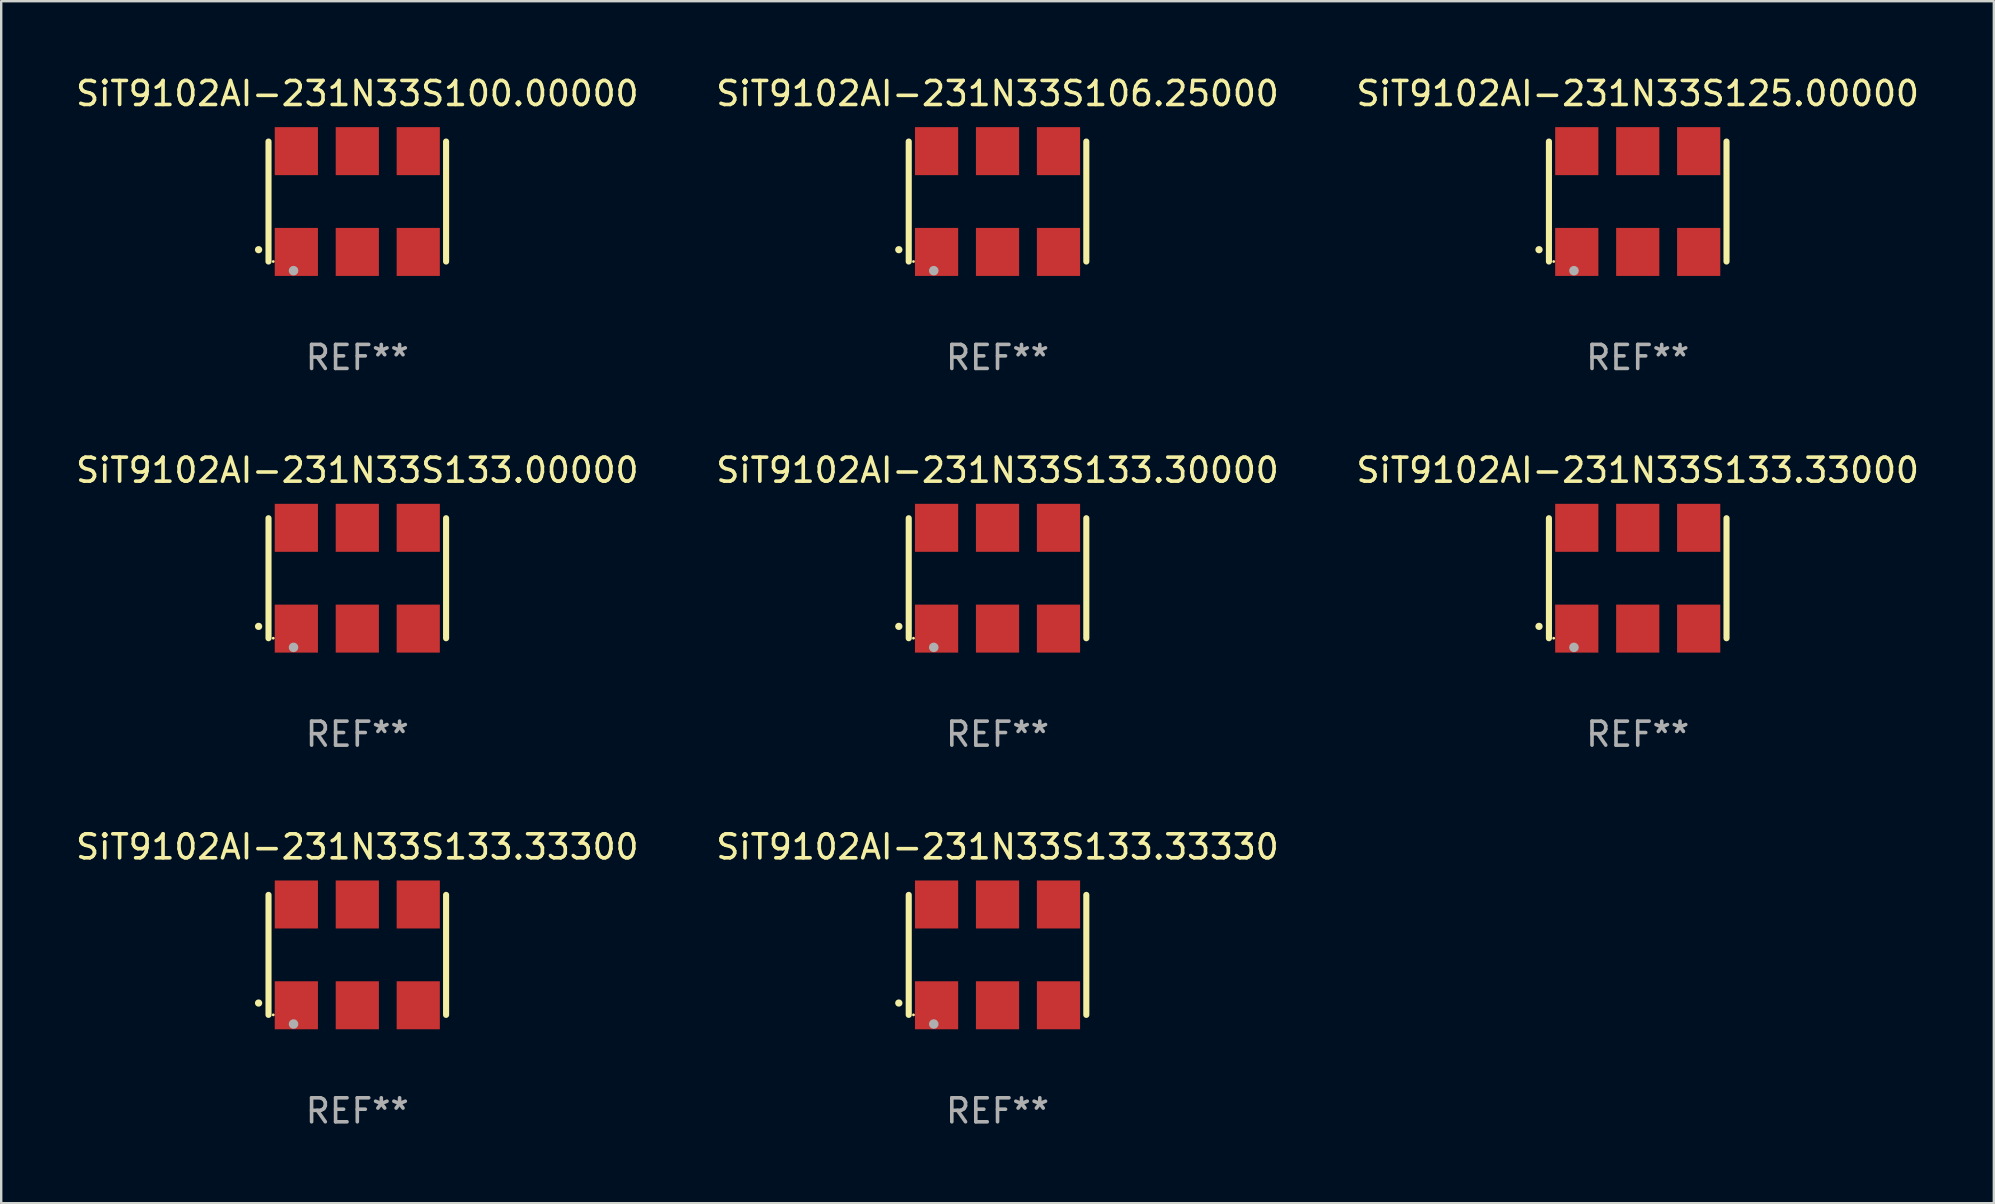
<source format=kicad_pcb>
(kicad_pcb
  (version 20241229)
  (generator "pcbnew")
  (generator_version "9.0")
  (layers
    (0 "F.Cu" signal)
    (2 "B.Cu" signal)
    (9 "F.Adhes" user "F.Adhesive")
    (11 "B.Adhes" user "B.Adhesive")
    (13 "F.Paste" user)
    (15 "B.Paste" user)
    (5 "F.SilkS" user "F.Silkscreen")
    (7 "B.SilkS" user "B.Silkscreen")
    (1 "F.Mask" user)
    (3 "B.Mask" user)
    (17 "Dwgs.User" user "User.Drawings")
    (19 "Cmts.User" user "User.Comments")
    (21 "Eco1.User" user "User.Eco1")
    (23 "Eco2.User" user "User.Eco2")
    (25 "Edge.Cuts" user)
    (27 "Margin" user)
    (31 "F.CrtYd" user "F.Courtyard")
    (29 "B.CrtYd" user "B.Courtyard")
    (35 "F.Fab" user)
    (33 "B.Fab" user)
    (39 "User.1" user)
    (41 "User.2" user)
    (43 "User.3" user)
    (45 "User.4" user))
  (footprint "SiT9102AI-231N33S133.33300"
    (layer "F.Cu")
    (at 11.839 36.741)
    (property "Reference" "SiT9102AI-231N33S133.33300" (at 0 -4.5 0) (layer "F.SilkS") (effects (font (size 1 1) (thickness 0.15))))
    (attr through_hole)
    (fp_line (start -3.7 -2.5) (end -3.7 2.5) (stroke (width 0.254) (type solid)) (layer "F.SilkS"))
    (fp_line (start 3.7 -2.5) (end 3.7 2.5) (stroke (width 0.254) (type solid)) (layer "F.SilkS"))
    (fp_arc (start -4.114415 2.006604) (mid -4.113145 2.006599) (end -4.111875 2.006604) (stroke (width 0.3) (type solid)) (layer "F.SilkS"))
    (fp_circle (center -3.502 2.5) (end -3.472 2.5) (stroke (width 0.06) (type solid)) (fill no) (layer "F.SilkS"))
    (fp_circle (center -2.657 2.882) (end -2.557 2.882) (stroke (width 0.2) (type solid)) (fill no) (layer "F.Fab"))
    (fp_text user "REF**" (at 0 6.5 0) (layer "F.Fab") (effects (font (size 1 1) (thickness 0.15))))
    (pad "1" smd rect (at -2.54 2.1) (size 1.8 2) (layers "F.Cu" "F.Mask" "F.Paste"))
    (pad "2" smd rect (at 0.000394 2.1) (size 1.8 2) (layers "F.Cu" "F.Mask" "F.Paste"))
    (pad "3" smd rect (at 2.54 2.1) (size 1.8 2) (layers "F.Cu" "F.Mask" "F.Paste"))
    (pad "4" smd rect (at 2.54 -2.1) (size 1.8 2) (layers "F.Cu" "F.Mask" "F.Paste"))
    (pad "5" smd rect (at 0.000394 -2.1) (size 1.8 2) (layers "F.Cu" "F.Mask" "F.Paste"))
    (pad "6" smd rect (at -2.54 -2.1) (size 1.8 2) (layers "F.Cu" "F.Mask" "F.Paste")))
  (footprint "SiT9102AI-231N33S133.30000"
    (layer "F.Cu")
    (at 38.518 21.045)
    (property "Reference" "SiT9102AI-231N33S133.30000" (at 0 -4.5 0) (layer "F.SilkS") (effects (font (size 1 1) (thickness 0.15))))
    (attr through_hole)
    (fp_line (start -3.7 -2.5) (end -3.7 2.5) (stroke (width 0.254) (type solid)) (layer "F.SilkS"))
    (fp_line (start 3.7 -2.5) (end 3.7 2.5) (stroke (width 0.254) (type solid)) (layer "F.SilkS"))
    (fp_arc (start -4.114415 2.006604) (mid -4.113145 2.006599) (end -4.111875 2.006604) (stroke (width 0.3) (type solid)) (layer "F.SilkS"))
    (fp_circle (center -3.502 2.5) (end -3.472 2.5) (stroke (width 0.06) (type solid)) (fill no) (layer "F.SilkS"))
    (fp_circle (center -2.657 2.882) (end -2.557 2.882) (stroke (width 0.2) (type solid)) (fill no) (layer "F.Fab"))
    (fp_text user "REF**" (at 0 6.5 0) (layer "F.Fab") (effects (font (size 1 1) (thickness 0.15))))
    (pad "1" smd rect (at -2.54 2.1) (size 1.8 2) (layers "F.Cu" "F.Mask" "F.Paste"))
    (pad "2" smd rect (at 0.000394 2.1) (size 1.8 2) (layers "F.Cu" "F.Mask" "F.Paste"))
    (pad "3" smd rect (at 2.54 2.1) (size 1.8 2) (layers "F.Cu" "F.Mask" "F.Paste"))
    (pad "4" smd rect (at 2.54 -2.1) (size 1.8 2) (layers "F.Cu" "F.Mask" "F.Paste"))
    (pad "5" smd rect (at 0.000394 -2.1) (size 1.8 2) (layers "F.Cu" "F.Mask" "F.Paste"))
    (pad "6" smd rect (at -2.54 -2.1) (size 1.8 2) (layers "F.Cu" "F.Mask" "F.Paste")))
  (footprint "SiT9102AI-231N33S133.33000"
    (layer "F.Cu")
    (at 65.196 21.045)
    (property "Reference" "SiT9102AI-231N33S133.33000" (at 0 -4.5 0) (layer "F.SilkS") (effects (font (size 1 1) (thickness 0.15))))
    (attr through_hole)
    (fp_line (start -3.7 -2.5) (end -3.7 2.5) (stroke (width 0.254) (type solid)) (layer "F.SilkS"))
    (fp_line (start 3.7 -2.5) (end 3.7 2.5) (stroke (width 0.254) (type solid)) (layer "F.SilkS"))
    (fp_arc (start -4.114415 2.006604) (mid -4.113145 2.006599) (end -4.111875 2.006604) (stroke (width 0.3) (type solid)) (layer "F.SilkS"))
    (fp_circle (center -3.502 2.5) (end -3.472 2.5) (stroke (width 0.06) (type solid)) (fill no) (layer "F.SilkS"))
    (fp_circle (center -2.657 2.882) (end -2.557 2.882) (stroke (width 0.2) (type solid)) (fill no) (layer "F.Fab"))
    (fp_text user "REF**" (at 0 6.5 0) (layer "F.Fab") (effects (font (size 1 1) (thickness 0.15))))
    (pad "1" smd rect (at -2.54 2.1) (size 1.8 2) (layers "F.Cu" "F.Mask" "F.Paste"))
    (pad "2" smd rect (at 0.000394 2.1) (size 1.8 2) (layers "F.Cu" "F.Mask" "F.Paste"))
    (pad "3" smd rect (at 2.54 2.1) (size 1.8 2) (layers "F.Cu" "F.Mask" "F.Paste"))
    (pad "4" smd rect (at 2.54 -2.1) (size 1.8 2) (layers "F.Cu" "F.Mask" "F.Paste"))
    (pad "5" smd rect (at 0.000394 -2.1) (size 1.8 2) (layers "F.Cu" "F.Mask" "F.Paste"))
    (pad "6" smd rect (at -2.54 -2.1) (size 1.8 2) (layers "F.Cu" "F.Mask" "F.Paste")))
  (footprint "SiT9102AI-231N33S133.33330"
    (layer "F.Cu")
    (at 38.518 36.741)
    (property "Reference" "SiT9102AI-231N33S133.33330" (at 0 -4.5 0) (layer "F.SilkS") (effects (font (size 1 1) (thickness 0.15))))
    (attr through_hole)
    (fp_line (start -3.7 -2.5) (end -3.7 2.5) (stroke (width 0.254) (type solid)) (layer "F.SilkS"))
    (fp_line (start 3.7 -2.5) (end 3.7 2.5) (stroke (width 0.254) (type solid)) (layer "F.SilkS"))
    (fp_arc (start -4.114415 2.006604) (mid -4.113145 2.006599) (end -4.111875 2.006604) (stroke (width 0.3) (type solid)) (layer "F.SilkS"))
    (fp_circle (center -3.502 2.5) (end -3.472 2.5) (stroke (width 0.06) (type solid)) (fill no) (layer "F.SilkS"))
    (fp_circle (center -2.657 2.882) (end -2.557 2.882) (stroke (width 0.2) (type solid)) (fill no) (layer "F.Fab"))
    (fp_text user "REF**" (at 0 6.5 0) (layer "F.Fab") (effects (font (size 1 1) (thickness 0.15))))
    (pad "1" smd rect (at -2.54 2.1) (size 1.8 2) (layers "F.Cu" "F.Mask" "F.Paste"))
    (pad "2" smd rect (at 0.000394 2.1) (size 1.8 2) (layers "F.Cu" "F.Mask" "F.Paste"))
    (pad "3" smd rect (at 2.54 2.1) (size 1.8 2) (layers "F.Cu" "F.Mask" "F.Paste"))
    (pad "4" smd rect (at 2.54 -2.1) (size 1.8 2) (layers "F.Cu" "F.Mask" "F.Paste"))
    (pad "5" smd rect (at 0.000394 -2.1) (size 1.8 2) (layers "F.Cu" "F.Mask" "F.Paste"))
    (pad "6" smd rect (at -2.54 -2.1) (size 1.8 2) (layers "F.Cu" "F.Mask" "F.Paste")))
  (footprint "SiT9102AI-231N33S125.00000"
    (layer "F.Cu")
    (at 65.196 5.348)
    (property "Reference" "SiT9102AI-231N33S125.00000" (at 0 -4.5 0) (layer "F.SilkS") (effects (font (size 1 1) (thickness 0.15))))
    (attr through_hole)
    (fp_line (start -3.7 -2.5) (end -3.7 2.5) (stroke (width 0.254) (type solid)) (layer "F.SilkS"))
    (fp_line (start 3.7 -2.5) (end 3.7 2.5) (stroke (width 0.254) (type solid)) (layer "F.SilkS"))
    (fp_arc (start -4.114415 2.006604) (mid -4.113145 2.006599) (end -4.111875 2.006604) (stroke (width 0.3) (type solid)) (layer "F.SilkS"))
    (fp_circle (center -3.502 2.5) (end -3.472 2.5) (stroke (width 0.06) (type solid)) (fill no) (layer "F.SilkS"))
    (fp_circle (center -2.657 2.882) (end -2.557 2.882) (stroke (width 0.2) (type solid)) (fill no) (layer "F.Fab"))
    (fp_text user "REF**" (at 0 6.5 0) (layer "F.Fab") (effects (font (size 1 1) (thickness 0.15))))
    (pad "1" smd rect (at -2.54 2.1) (size 1.8 2) (layers "F.Cu" "F.Mask" "F.Paste"))
    (pad "2" smd rect (at 0.000394 2.1) (size 1.8 2) (layers "F.Cu" "F.Mask" "F.Paste"))
    (pad "3" smd rect (at 2.54 2.1) (size 1.8 2) (layers "F.Cu" "F.Mask" "F.Paste"))
    (pad "4" smd rect (at 2.54 -2.1) (size 1.8 2) (layers "F.Cu" "F.Mask" "F.Paste"))
    (pad "5" smd rect (at 0.000394 -2.1) (size 1.8 2) (layers "F.Cu" "F.Mask" "F.Paste"))
    (pad "6" smd rect (at -2.54 -2.1) (size 1.8 2) (layers "F.Cu" "F.Mask" "F.Paste")))
  (footprint "SiT9102AI-231N33S133.00000"
    (layer "F.Cu")
    (at 11.839 21.045)
    (property "Reference" "SiT9102AI-231N33S133.00000" (at 0 -4.5 0) (layer "F.SilkS") (effects (font (size 1 1) (thickness 0.15))))
    (attr through_hole)
    (fp_line (start -3.7 -2.5) (end -3.7 2.5) (stroke (width 0.254) (type solid)) (layer "F.SilkS"))
    (fp_line (start 3.7 -2.5) (end 3.7 2.5) (stroke (width 0.254) (type solid)) (layer "F.SilkS"))
    (fp_arc (start -4.114415 2.006604) (mid -4.113145 2.006599) (end -4.111875 2.006604) (stroke (width 0.3) (type solid)) (layer "F.SilkS"))
    (fp_circle (center -3.502 2.5) (end -3.472 2.5) (stroke (width 0.06) (type solid)) (fill no) (layer "F.SilkS"))
    (fp_circle (center -2.657 2.882) (end -2.557 2.882) (stroke (width 0.2) (type solid)) (fill no) (layer "F.Fab"))
    (fp_text user "REF**" (at 0 6.5 0) (layer "F.Fab") (effects (font (size 1 1) (thickness 0.15))))
    (pad "1" smd rect (at -2.54 2.1) (size 1.8 2) (layers "F.Cu" "F.Mask" "F.Paste"))
    (pad "2" smd rect (at 0.000394 2.1) (size 1.8 2) (layers "F.Cu" "F.Mask" "F.Paste"))
    (pad "3" smd rect (at 2.54 2.1) (size 1.8 2) (layers "F.Cu" "F.Mask" "F.Paste"))
    (pad "4" smd rect (at 2.54 -2.1) (size 1.8 2) (layers "F.Cu" "F.Mask" "F.Paste"))
    (pad "5" smd rect (at 0.000394 -2.1) (size 1.8 2) (layers "F.Cu" "F.Mask" "F.Paste"))
    (pad "6" smd rect (at -2.54 -2.1) (size 1.8 2) (layers "F.Cu" "F.Mask" "F.Paste")))
  (footprint "SiT9102AI-231N33S100.00000"
    (layer "F.Cu")
    (at 11.839 5.348)
    (property "Reference" "SiT9102AI-231N33S100.00000" (at 0 -4.5 0) (layer "F.SilkS") (effects (font (size 1 1) (thickness 0.15))))
    (attr through_hole)
    (fp_line (start -3.7 -2.5) (end -3.7 2.5) (stroke (width 0.254) (type solid)) (layer "F.SilkS"))
    (fp_line (start 3.7 -2.5) (end 3.7 2.5) (stroke (width 0.254) (type solid)) (layer "F.SilkS"))
    (fp_arc (start -4.114415 2.006604) (mid -4.113145 2.006599) (end -4.111875 2.006604) (stroke (width 0.3) (type solid)) (layer "F.SilkS"))
    (fp_circle (center -3.502 2.5) (end -3.472 2.5) (stroke (width 0.06) (type solid)) (fill no) (layer "F.SilkS"))
    (fp_circle (center -2.657 2.882) (end -2.557 2.882) (stroke (width 0.2) (type solid)) (fill no) (layer "F.Fab"))
    (fp_text user "REF**" (at 0 6.5 0) (layer "F.Fab") (effects (font (size 1 1) (thickness 0.15))))
    (pad "1" smd rect (at -2.54 2.1) (size 1.8 2) (layers "F.Cu" "F.Mask" "F.Paste"))
    (pad "2" smd rect (at 0.000394 2.1) (size 1.8 2) (layers "F.Cu" "F.Mask" "F.Paste"))
    (pad "3" smd rect (at 2.54 2.1) (size 1.8 2) (layers "F.Cu" "F.Mask" "F.Paste"))
    (pad "4" smd rect (at 2.54 -2.1) (size 1.8 2) (layers "F.Cu" "F.Mask" "F.Paste"))
    (pad "5" smd rect (at 0.000394 -2.1) (size 1.8 2) (layers "F.Cu" "F.Mask" "F.Paste"))
    (pad "6" smd rect (at -2.54 -2.1) (size 1.8 2) (layers "F.Cu" "F.Mask" "F.Paste")))
  (footprint "SiT9102AI-231N33S106.25000"
    (layer "F.Cu")
    (at 38.518 5.348)
    (property "Reference" "SiT9102AI-231N33S106.25000" (at 0 -4.5 0) (layer "F.SilkS") (effects (font (size 1 1) (thickness 0.15))))
    (attr through_hole)
    (fp_line (start -3.7 -2.5) (end -3.7 2.5) (stroke (width 0.254) (type solid)) (layer "F.SilkS"))
    (fp_line (start 3.7 -2.5) (end 3.7 2.5) (stroke (width 0.254) (type solid)) (layer "F.SilkS"))
    (fp_arc (start -4.114415 2.006604) (mid -4.113145 2.006599) (end -4.111875 2.006604) (stroke (width 0.3) (type solid)) (layer "F.SilkS"))
    (fp_circle (center -3.502 2.5) (end -3.472 2.5) (stroke (width 0.06) (type solid)) (fill no) (layer "F.SilkS"))
    (fp_circle (center -2.657 2.882) (end -2.557 2.882) (stroke (width 0.2) (type solid)) (fill no) (layer "F.Fab"))
    (fp_text user "REF**" (at 0 6.5 0) (layer "F.Fab") (effects (font (size 1 1) (thickness 0.15))))
    (pad "1" smd rect (at -2.54 2.1) (size 1.8 2) (layers "F.Cu" "F.Mask" "F.Paste"))
    (pad "2" smd rect (at 0.000394 2.1) (size 1.8 2) (layers "F.Cu" "F.Mask" "F.Paste"))
    (pad "3" smd rect (at 2.54 2.1) (size 1.8 2) (layers "F.Cu" "F.Mask" "F.Paste"))
    (pad "4" smd rect (at 2.54 -2.1) (size 1.8 2) (layers "F.Cu" "F.Mask" "F.Paste"))
    (pad "5" smd rect (at 0.000394 -2.1) (size 1.8 2) (layers "F.Cu" "F.Mask" "F.Paste"))
    (pad "6" smd rect (at -2.54 -2.1) (size 1.8 2) (layers "F.Cu" "F.Mask" "F.Paste")))
  (gr_rect
    (start -3 -3)
    (end 80.036 47.09)
    (stroke (width 0.1) (type default))
    (fill no)
    (layer "Edge.Cuts")))
</source>
